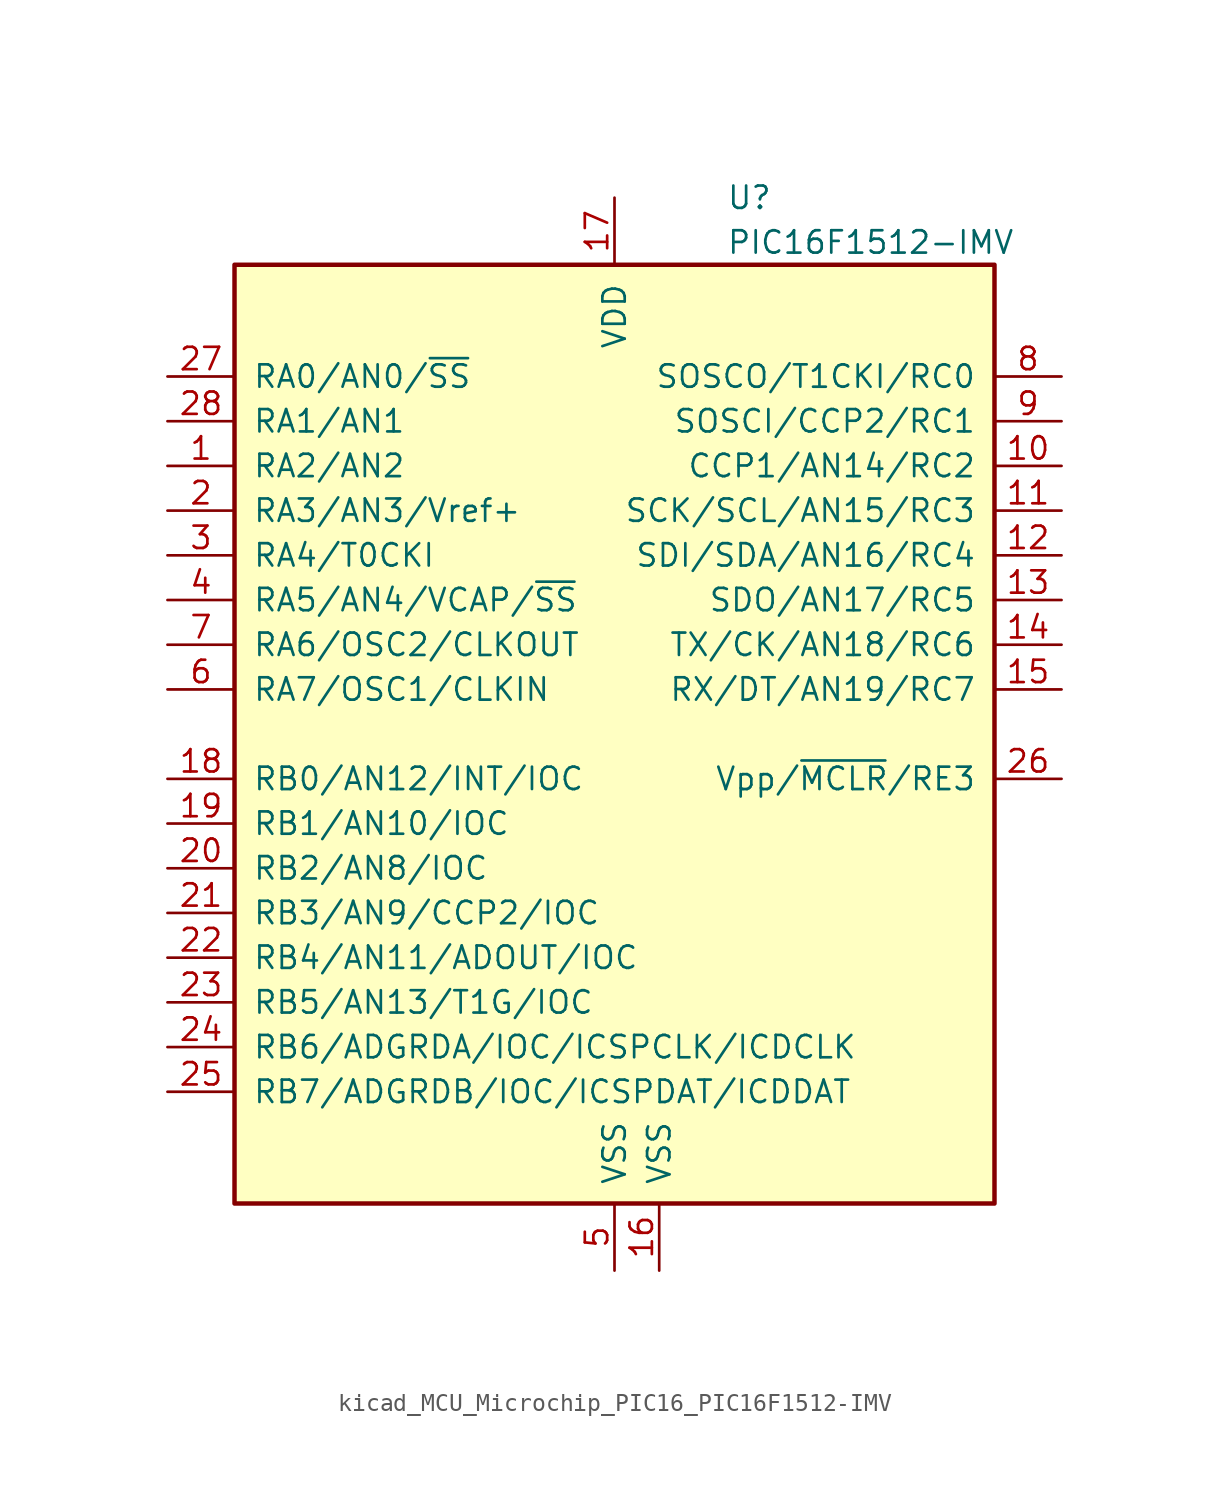
<source format=kicad_sym>
(kicad_symbol_lib
  (version 20220914)
  (generator kicad_symbol_editor)
  (symbol "kicad_MCU_Microchip_PIC16_PIC16F1512-IMV"
    (pin_names
      (offset 1.016))
    (property "Reference" "U"
      (at 6.35 30.48 0)
      (effects (font (size 1.27 1.27)) (justify left)))
    (property "Value" "PIC16F1512-IMV"
      (at 6.35 27.94 0)
      (effects (font (size 1.27 1.27)) (justify left)))
    (symbol "kicad_MCU_Microchip_PIC16_PIC16F1512-IMV_0_1"
      (rectangle (start -21.59 26.67) (end 21.59 -26.67) (stroke (width 0.254) (type default)) (fill (type background))))
    (symbol "kicad_MCU_Microchip_PIC16_PIC16F1512-IMV_1_1"
      (pin bidirectional line (at -25.4 15.24 0) (length 3.81) (name "RA2/AN2" (effects (font (size 1.27 1.27)))) (number "1" (effects (font (size 1.27 1.27)))))
      (pin bidirectional line (at 25.4 15.24 180) (length 3.81) (name "CCP1/AN14/RC2" (effects (font (size 1.27 1.27)))) (number "10" (effects (font (size 1.27 1.27)))))
      (pin bidirectional line (at 25.4 12.7 180) (length 3.81) (name "SCK/SCL/AN15/RC3" (effects (font (size 1.27 1.27)))) (number "11" (effects (font (size 1.27 1.27)))))
      (pin bidirectional line (at 25.4 10.16 180) (length 3.81) (name "SDI/SDA/AN16/RC4" (effects (font (size 1.27 1.27)))) (number "12" (effects (font (size 1.27 1.27)))))
      (pin bidirectional line (at 25.4 7.62 180) (length 3.81) (name "SDO/AN17/RC5" (effects (font (size 1.27 1.27)))) (number "13" (effects (font (size 1.27 1.27)))))
      (pin bidirectional line (at 25.4 5.08 180) (length 3.81) (name "TX/CK/AN18/RC6" (effects (font (size 1.27 1.27)))) (number "14" (effects (font (size 1.27 1.27)))))
      (pin bidirectional line (at 25.4 2.54 180) (length 3.81) (name "RX/DT/AN19/RC7" (effects (font (size 1.27 1.27)))) (number "15" (effects (font (size 1.27 1.27)))))
      (pin power_in line (at 2.54 -30.48 90) (length 3.81) (name "VSS" (effects (font (size 1.27 1.27)))) (number "16" (effects (font (size 1.27 1.27)))))
      (pin power_in line (at 0 30.48 270) (length 3.81) (name "VDD" (effects (font (size 1.27 1.27)))) (number "17" (effects (font (size 1.27 1.27)))))
      (pin bidirectional line (at -25.4 -2.54 0) (length 3.81) (name "RB0/AN12/INT/IOC" (effects (font (size 1.27 1.27)))) (number "18" (effects (font (size 1.27 1.27)))))
      (pin bidirectional line (at -25.4 -5.08 0) (length 3.81) (name "RB1/AN10/IOC" (effects (font (size 1.27 1.27)))) (number "19" (effects (font (size 1.27 1.27)))))
      (pin bidirectional line (at -25.4 12.7 0) (length 3.81) (name "RA3/AN3/Vref+" (effects (font (size 1.27 1.27)))) (number "2" (effects (font (size 1.27 1.27)))))
      (pin bidirectional line (at -25.4 -7.62 0) (length 3.81) (name "RB2/AN8/IOC" (effects (font (size 1.27 1.27)))) (number "20" (effects (font (size 1.27 1.27)))))
      (pin bidirectional line (at -25.4 -10.16 0) (length 3.81) (name "RB3/AN9/CCP2/IOC" (effects (font (size 1.27 1.27)))) (number "21" (effects (font (size 1.27 1.27)))))
      (pin bidirectional line (at -25.4 -12.7 0) (length 3.81) (name "RB4/AN11/ADOUT/IOC" (effects (font (size 1.27 1.27)))) (number "22" (effects (font (size 1.27 1.27)))))
      (pin bidirectional line (at -25.4 -15.24 0) (length 3.81) (name "RB5/AN13/T1G/IOC" (effects (font (size 1.27 1.27)))) (number "23" (effects (font (size 1.27 1.27)))))
      (pin bidirectional line (at -25.4 -17.78 0) (length 3.81) (name "RB6/ADGRDA/IOC/ICSPCLK/ICDCLK" (effects (font (size 1.27 1.27)))) (number "24" (effects (font (size 1.27 1.27)))))
      (pin bidirectional line (at -25.4 -20.32 0) (length 3.81) (name "RB7/ADGRDB/IOC/ICSPDAT/ICDDAT" (effects (font (size 1.27 1.27)))) (number "25" (effects (font (size 1.27 1.27)))))
      (pin input line (at 25.4 -2.54 180) (length 3.81) (name "Vpp/~{MCLR}/RE3" (effects (font (size 1.27 1.27)))) (number "26" (effects (font (size 1.27 1.27)))))
      (pin bidirectional line (at -25.4 20.32 0) (length 3.81) (name "RA0/AN0/~{SS}" (effects (font (size 1.27 1.27)))) (number "27" (effects (font (size 1.27 1.27)))))
      (pin bidirectional line (at -25.4 17.78 0) (length 3.81) (name "RA1/AN1" (effects (font (size 1.27 1.27)))) (number "28" (effects (font (size 1.27 1.27)))))
      (pin bidirectional line (at -25.4 10.16 0) (length 3.81) (name "RA4/T0CKI" (effects (font (size 1.27 1.27)))) (number "3" (effects (font (size 1.27 1.27)))))
      (pin bidirectional line (at -25.4 7.62 0) (length 3.81) (name "RA5/AN4/VCAP/~{SS}" (effects (font (size 1.27 1.27)))) (number "4" (effects (font (size 1.27 1.27)))))
      (pin power_in line (at 0 -30.48 90) (length 3.81) (name "VSS" (effects (font (size 1.27 1.27)))) (number "5" (effects (font (size 1.27 1.27)))))
      (pin bidirectional line (at -25.4 2.54 0) (length 3.81) (name "RA7/OSC1/CLKIN" (effects (font (size 1.27 1.27)))) (number "6" (effects (font (size 1.27 1.27)))))
      (pin bidirectional line (at -25.4 5.08 0) (length 3.81) (name "RA6/OSC2/CLKOUT" (effects (font (size 1.27 1.27)))) (number "7" (effects (font (size 1.27 1.27)))))
      (pin bidirectional line (at 25.4 20.32 180) (length 3.81) (name "SOSCO/T1CKI/RC0" (effects (font (size 1.27 1.27)))) (number "8" (effects (font (size 1.27 1.27)))))
      (pin bidirectional line (at 25.4 17.78 180) (length 3.81) (name "SOSCI/CCP2/RC1" (effects (font (size 1.27 1.27)))) (number "9" (effects (font (size 1.27 1.27))))))))
</source>
